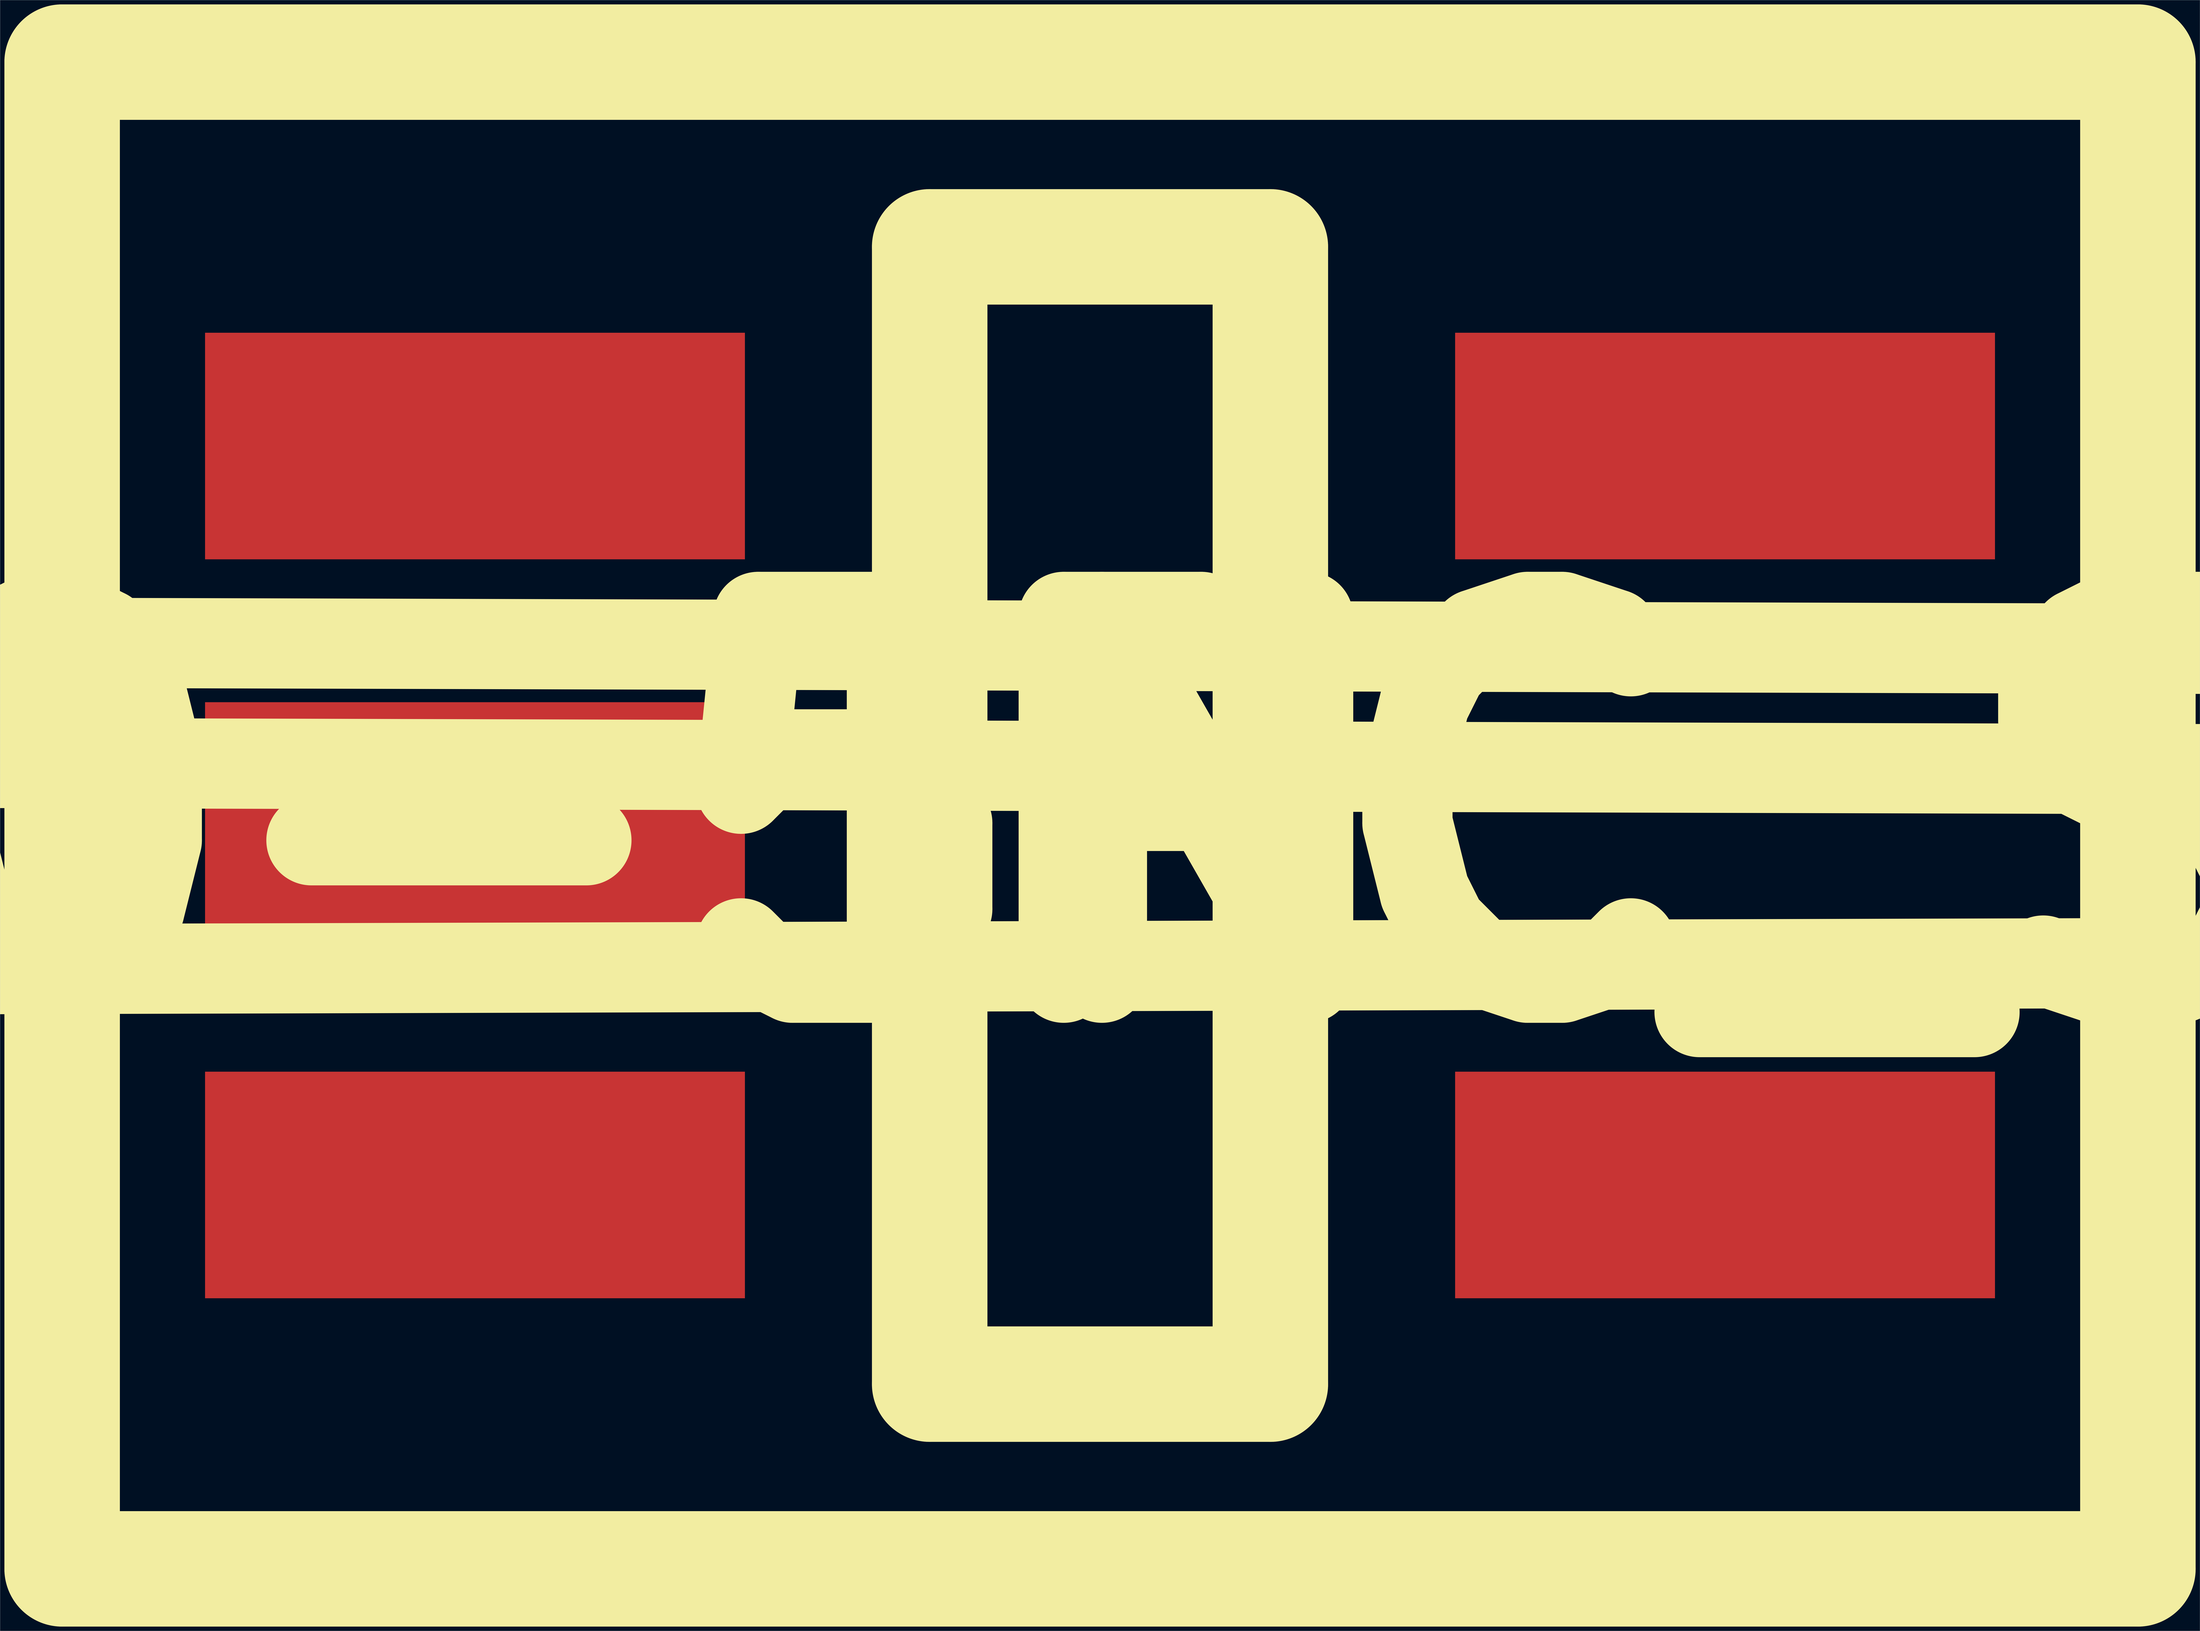
<source format=kicad_pcb>
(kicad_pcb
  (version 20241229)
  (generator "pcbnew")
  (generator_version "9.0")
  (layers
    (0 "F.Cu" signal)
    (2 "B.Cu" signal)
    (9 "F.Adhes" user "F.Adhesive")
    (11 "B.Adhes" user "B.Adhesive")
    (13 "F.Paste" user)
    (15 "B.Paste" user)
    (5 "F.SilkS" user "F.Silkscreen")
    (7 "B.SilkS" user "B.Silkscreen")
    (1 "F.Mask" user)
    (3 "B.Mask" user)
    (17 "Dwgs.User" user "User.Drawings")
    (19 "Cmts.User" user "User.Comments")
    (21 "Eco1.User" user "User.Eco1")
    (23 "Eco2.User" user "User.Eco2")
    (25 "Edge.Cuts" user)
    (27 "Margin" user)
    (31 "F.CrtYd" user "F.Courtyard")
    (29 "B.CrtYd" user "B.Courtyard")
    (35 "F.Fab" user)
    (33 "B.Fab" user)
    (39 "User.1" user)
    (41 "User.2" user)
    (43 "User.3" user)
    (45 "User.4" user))
  (footprint "IPC_SOT65P210X110-5N"
    (layer "F.Cu")
    (at 759 562)
    (property "Reference" "IPC_SOT65P210X110-5N" (at 0 0 0) (layer "F.SilkS") (effects (font (size 250 250) (thickness 120))))
    (attr through_hole)
    (fp_line (start -719 -522) (end 719 -522) (stroke (width 80) (type solid)) (layer "F.SilkS"))
    (fp_line (start -719 522) (end -719 -522) (stroke (width 80) (type solid)) (layer "F.SilkS"))
    (fp_line (start -118 -394) (end 118 -394) (stroke (width 80) (type solid)) (layer "F.SilkS"))
    (fp_line (start -118 394) (end -118 -394) (stroke (width 80) (type solid)) (layer "F.SilkS"))
    (fp_line (start 118 -394) (end 118 394) (stroke (width 80) (type solid)) (layer "F.SilkS"))
    (fp_line (start 118 394) (end -118 394) (stroke (width 80) (type solid)) (layer "F.SilkS"))
    (fp_line (start 719 -522) (end 719 522) (stroke (width 80) (type solid)) (layer "F.SilkS"))
    (fp_line (start 719 522) (end -719 522) (stroke (width 80) (type solid)) (layer "F.SilkS"))
    (pad "1" smd rect (at -433 -256) (size 374 157) (layers "F.Cu" "F.Mask" "F.Paste"))
    (pad "2" smd rect (at -433 0) (size 374 157) (layers "F.Cu" "F.Mask" "F.Paste"))
    (pad "3" smd rect (at -433 256) (size 374 157) (layers "F.Cu" "F.Mask" "F.Paste"))
    (pad "4" smd rect (at 433 256) (size 374 157) (layers "F.Cu" "F.Mask" "F.Paste"))
    (pad "5" smd rect (at 433 -256) (size 374 157) (layers "F.Cu" "F.Mask" "F.Paste")))
  (gr_rect
    (start -3 -3)
    (end 1521 1127)
    (stroke (width 0.1) (type default))
    (fill no)
    (layer "Edge.Cuts")))
</source>
